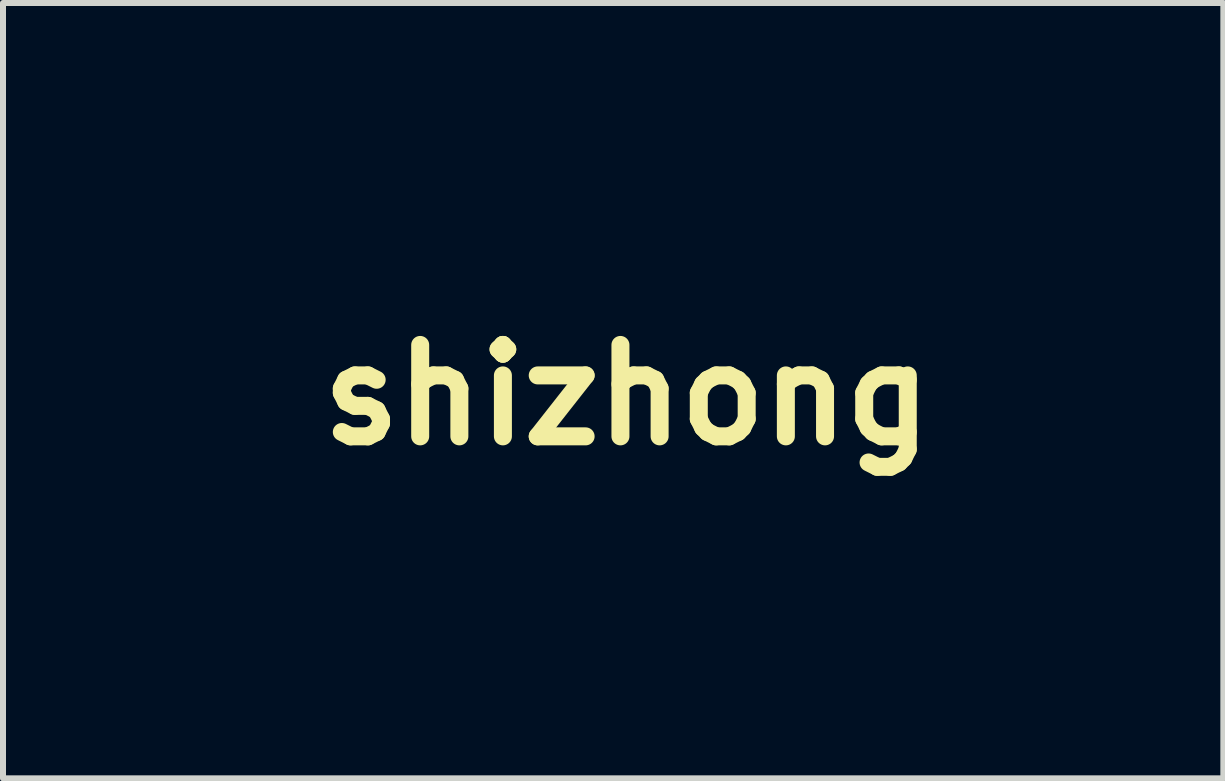
<source format=kicad_pcb>
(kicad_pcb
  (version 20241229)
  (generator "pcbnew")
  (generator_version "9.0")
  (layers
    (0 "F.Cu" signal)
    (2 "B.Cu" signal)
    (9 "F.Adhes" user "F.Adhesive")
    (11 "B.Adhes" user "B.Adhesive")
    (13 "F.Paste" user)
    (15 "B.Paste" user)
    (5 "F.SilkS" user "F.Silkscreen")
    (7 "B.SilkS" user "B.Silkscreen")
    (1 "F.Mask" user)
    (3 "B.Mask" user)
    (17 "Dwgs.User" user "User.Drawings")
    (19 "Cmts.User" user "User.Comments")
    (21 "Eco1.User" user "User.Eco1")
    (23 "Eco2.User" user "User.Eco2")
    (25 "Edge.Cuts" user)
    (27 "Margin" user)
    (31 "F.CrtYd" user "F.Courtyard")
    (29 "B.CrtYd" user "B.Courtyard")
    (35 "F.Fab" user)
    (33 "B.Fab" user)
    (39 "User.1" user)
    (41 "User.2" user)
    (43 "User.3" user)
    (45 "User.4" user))
  (footprint "shizhong"
    (layer "F.Cu")
    (at 7.402 3.535)
    (property "Reference" "shizhong" (at 0 0 0) (layer "F.SilkS") (effects (font (size 1.524 1.524) (thickness 0.3))))
    (attr through_hole)
    (fp_poly (pts (xy 2.371 2.625) (xy 2.342 2.653) (xy 2.314 2.625) (xy 2.342 2.596) (xy 2.371 2.625)) (stroke (width 0.01) (type solid)) (fill no) (layer "Eco1.User"))
    (fp_poly (pts (xy 0.74 0.593) (xy 0.815 0.654) (xy 0.869 0.743) (xy 0.861 0.812) (xy 0.802 0.823) (xy 0.778 0.811) (xy 0.743 0.808) (xy 0.757 0.839) (xy 0.821 0.882) (xy 0.844 0.877) (xy 0.866 0.913) (xy 0.883 1.032) (xy 0.893 1.208) (xy 0.896 1.41) (xy 0.892 1.611) (xy 0.881 1.781) (xy 0.862 1.892) (xy 0.853 1.912) (xy 0.781 1.962) (xy 0.745 1.954) (xy 0.678 1.962) (xy 0.665 1.986) (xy 0.615 2.004) (xy 0.519 1.93) (xy 0.46 1.859) (xy 0.424 1.773) (xy 0.404 1.643) (xy 0.396 1.445) (xy 0.395 1.267) (xy 0.401 1.002) (xy 0.408 0.919) (xy 0.686 0.919) (xy 0.7 0.951) (xy 0.757 1.011) (xy 0.79 0.999) (xy 0.79 0.991) (xy 0.75 0.943) (xy 0.725 0.926) (xy 0.686 0.919) (xy 0.408 0.919) (xy 0.412 0.875) (xy 0.452 0.875) (xy 0.48 0.903) (xy 0.508 0.875) (xy 0.48 0.847) (xy 0.452 0.875) (xy 0.412 0.875) (xy 0.416 0.831) (xy 0.421 0.818) (xy 0.564 0.818) (xy 0.593 0.847) (xy 0.621 0.818) (xy 0.593 0.79) (xy 0.564 0.818) (xy 0.421 0.818) (xy 0.441 0.761) (xy 0.451 0.762) (xy 0.482 0.752) (xy 0.469 0.699) (xy 0.46 0.629) (xy 0.526 0.638) (xy 0.605 0.643) (xy 0.621 0.619) (xy 0.655 0.568) (xy 0.74 0.593)) (stroke (width 0.01) (type solid)) (fill no) (layer "Eco1.User"))
    (fp_poly (pts (xy 2.371 0.612) (xy 2.411 0.65) (xy 2.45 0.643) (xy 2.526 0.658) (xy 2.57 0.743) (xy 2.571 0.857) (xy 2.531 0.945) (xy 2.486 1.008) (xy 2.519 0.999) (xy 2.528 0.994) (xy 2.565 1.017) (xy 2.586 1.123) (xy 2.592 1.281) (xy 2.584 1.462) (xy 2.563 1.637) (xy 2.53 1.776) (xy 2.495 1.843) (xy 2.361 1.914) (xy 2.228 1.881) (xy 2.158 1.807) (xy 2.124 1.694) (xy 2.102 1.506) (xy 2.101 1.484) (xy 2.38 1.484) (xy 2.393 1.515) (xy 2.45 1.576) (xy 2.483 1.563) (xy 2.484 1.556) (xy 2.443 1.508) (xy 2.418 1.49) (xy 2.38 1.484) (xy 2.101 1.484) (xy 2.091 1.278) (xy 2.092 1.044) (xy 2.1 0.931) (xy 2.314 0.931) (xy 2.342 0.96) (xy 2.371 0.931) (xy 2.342 0.903) (xy 2.314 0.931) (xy 2.1 0.931) (xy 2.104 0.865) (xy 2.164 0.865) (xy 2.171 0.899) (xy 2.201 0.903) (xy 2.248 0.882) (xy 2.239 0.865) (xy 2.172 0.859) (xy 2.164 0.865) (xy 2.104 0.865) (xy 2.106 0.841) (xy 2.122 0.762) (xy 2.145 0.762) (xy 2.173 0.79) (xy 2.201 0.762) (xy 2.173 0.734) (xy 2.145 0.762) (xy 2.122 0.762) (xy 2.133 0.702) (xy 2.145 0.677) (xy 2.19 0.629) (xy 2.2 0.642) (xy 2.236 0.653) (xy 2.286 0.621) (xy 2.357 0.584) (xy 2.371 0.612)) (stroke (width 0.01) (type solid)) (fill no) (layer "Eco1.User"))
    (fp_poly (pts (xy -4.388 1.206) (xy -4.374 1.242) (xy -4.365 1.274) (xy -4.327 1.266) (xy -4.235 1.283) (xy -4.164 1.351) (xy -4.09 1.425) (xy -4.045 1.43) (xy -4.012 1.439) (xy -4.008 1.473) (xy -3.966 1.562) (xy -3.868 1.659) (xy -3.779 1.746) (xy -3.757 1.812) (xy -3.758 1.813) (xy -3.747 1.86) (xy -3.73 1.863) (xy -3.661 1.91) (xy -3.59 2.023) (xy -3.539 2.156) (xy -3.528 2.264) (xy -3.531 2.275) (xy -3.616 2.378) (xy -3.746 2.434) (xy -3.872 2.427) (xy -3.914 2.399) (xy -3.991 2.346) (xy -4.022 2.348) (xy -4.068 2.321) (xy -4.156 2.23) (xy -3.951 2.23) (xy -3.923 2.258) (xy -3.895 2.23) (xy -3.923 2.201) (xy -3.951 2.23) (xy -4.156 2.23) (xy -4.16 2.225) (xy -4.203 2.173) (xy -4.12 2.173) (xy -4.092 2.201) (xy -4.064 2.173) (xy -4.092 2.145) (xy -4.12 2.173) (xy -4.203 2.173) (xy -4.249 2.117) (xy -3.669 2.117) (xy -3.641 2.145) (xy -3.612 2.117) (xy -3.641 2.088) (xy -3.669 2.117) (xy -4.249 2.117) (xy -4.28 2.079) (xy -4.282 2.077) (xy -4.407 1.92) (xy -4.286 1.92) (xy -4.272 1.949) (xy -4.241 1.99) (xy -4.158 2.077) (xy -4.121 2.077) (xy -4.12 2.067) (xy -4.126 2.06) (xy -4.064 2.06) (xy -4.036 2.088) (xy -4.008 2.06) (xy -4.036 2.032) (xy -4.064 2.06) (xy -4.126 2.06) (xy -4.159 2.02) (xy -4.178 2.004) (xy -3.725 2.004) (xy -3.697 2.032) (xy -3.669 2.004) (xy -3.697 1.976) (xy -3.725 2.004) (xy -4.178 2.004) (xy -4.219 1.968) (xy -4.286 1.92) (xy -4.407 1.92) (xy -4.42 1.903) (xy -4.512 1.794) (xy -3.978 1.794) (xy -3.974 1.816) (xy -3.927 1.862) (xy -3.923 1.863) (xy -3.878 1.824) (xy -3.872 1.816) (xy -3.889 1.774) (xy -3.923 1.769) (xy -3.978 1.794) (xy -4.512 1.794) (xy -4.549 1.75) (xy -4.627 1.663) (xy -4.703 1.553) (xy -4.704 1.552) (xy -4.572 1.552) (xy -4.544 1.58) (xy -4.516 1.552) (xy -4.544 1.524) (xy -4.572 1.552) (xy -4.704 1.552) (xy -4.74 1.436) (xy -4.736 1.383) (xy -4.403 1.383) (xy -4.374 1.411) (xy -4.346 1.383) (xy -4.374 1.355) (xy -4.403 1.383) (xy -4.736 1.383) (xy -4.733 1.344) (xy -4.681 1.312) (xy -4.66 1.318) (xy -4.601 1.315) (xy -4.604 1.28) (xy -4.578 1.222) (xy -4.486 1.198) (xy -4.388 1.206)) (stroke (width 0.01) (type solid)) (fill no) (layer "Eco1.User"))
    (fp_poly (pts (xy -5.739 -2.924) (xy -5.645 -2.904) (xy -5.579 -2.869) (xy -5.52 -2.816) (xy -5.51 -2.806) (xy -5.459 -2.747) (xy -5.417 -2.675) (xy -5.383 -2.579) (xy -5.356 -2.449) (xy -5.337 -2.275) (xy -5.323 -2.046) (xy -5.314 -1.751) (xy -5.311 -1.381) (xy -5.311 -0.924) (xy -5.314 -0.371) (xy -5.317 -0.018) (xy -5.321 0.565) (xy -5.326 1.045) (xy -5.335 1.433) (xy -5.353 1.737) (xy -5.385 1.97) (xy -5.433 2.139) (xy -5.503 2.256) (xy -5.598 2.331) (xy -5.723 2.373) (xy -5.882 2.393) (xy -6.079 2.4) (xy -6.318 2.405) (xy -6.323 2.405) (xy -6.619 2.407) (xy -6.831 2.392) (xy -6.988 2.355) (xy -7.057 2.327) (xy -7.204 2.243) (xy -7.293 2.173) (xy -5.588 2.173) (xy -5.56 2.201) (xy -5.532 2.173) (xy -5.56 2.145) (xy -5.588 2.173) (xy -7.293 2.173) (xy -7.312 2.158) (xy -7.322 2.147) (xy -7.338 2.074) (xy -7.339 2.06) (xy -7.281 2.06) (xy -7.253 2.088) (xy -7.249 2.085) (xy -5.518 2.085) (xy -5.51 2.088) (xy -5.458 2.049) (xy -5.447 2.032) (xy -5.433 1.979) (xy -5.44 1.976) (xy -5.492 2.015) (xy -5.503 2.032) (xy -5.518 2.085) (xy -7.249 2.085) (xy -7.225 2.06) (xy -7.253 2.032) (xy -7.281 2.06) (xy -7.339 2.06) (xy -7.348 1.947) (xy -7.225 1.947) (xy -7.197 1.976) (xy -7.184 1.963) (xy -5.671 1.963) (xy -5.667 1.985) (xy -5.621 2.031) (xy -5.616 2.032) (xy -5.571 1.993) (xy -5.566 1.985) (xy -5.582 1.943) (xy -5.616 1.938) (xy -5.671 1.963) (xy -7.184 1.963) (xy -7.168 1.947) (xy -7.197 1.919) (xy -7.225 1.947) (xy -7.348 1.947) (xy -7.352 1.906) (xy -7.352 1.891) (xy -5.927 1.891) (xy -5.898 1.919) (xy -5.87 1.891) (xy -5.898 1.863) (xy -5.927 1.891) (xy -7.352 1.891) (xy -7.355 1.847) (xy -6.858 1.847) (xy -6.435 1.833) (xy -6.215 1.824) (xy -6.031 1.814) (xy -5.919 1.804) (xy -5.913 1.803) (xy -5.85 1.768) (xy -5.869 1.723) (xy -5.887 1.647) (xy -5.902 1.479) (xy -5.913 1.239) (xy -5.918 0.95) (xy -5.918 0.768) (xy -5.913 -0.123) (xy -6.372 -0.132) (xy -6.583 -0.133) (xy -6.743 -0.128) (xy -6.825 -0.117) (xy -6.831 -0.113) (xy -6.832 -0.05) (xy -6.834 0.107) (xy -6.837 0.339) (xy -6.841 0.627) (xy -6.845 0.881) (xy -6.858 1.847) (xy -7.355 1.847) (xy -7.358 1.778) (xy -6.999 1.778) (xy -6.971 1.806) (xy -6.943 1.778) (xy -6.971 1.75) (xy -6.999 1.778) (xy -7.358 1.778) (xy -7.364 1.665) (xy -7.056 1.665) (xy -7.027 1.693) (xy -6.999 1.665) (xy -7.027 1.637) (xy -7.056 1.665) (xy -7.364 1.665) (xy -7.364 1.657) (xy -7.374 1.341) (xy -7.383 0.972) (xy -7.389 0.565) (xy -7.394 0.132) (xy -7.395 -0.085) (xy -7.056 -0.085) (xy -7.027 -0.056) (xy -6.999 -0.085) (xy -7.027 -0.113) (xy -7.056 -0.085) (xy -7.395 -0.085) (xy -7.395 -0.141) (xy -6.943 -0.141) (xy -6.914 -0.113) (xy -6.886 -0.141) (xy -6.914 -0.169) (xy -6.943 -0.141) (xy -7.395 -0.141) (xy -7.396 -0.254) (xy -6.886 -0.254) (xy -6.858 -0.226) (xy -6.83 -0.254) (xy -6.858 -0.282) (xy -6.886 -0.254) (xy -7.396 -0.254) (xy -7.396 -0.311) (xy -7.396 -0.536) (xy -6.886 -0.536) (xy -6.858 -0.508) (xy -6.83 -0.536) (xy -6.773 -0.536) (xy -6.745 -0.508) (xy -6.717 -0.536) (xy -6.745 -0.564) (xy -5.927 -0.564) (xy -5.906 -0.518) (xy -5.889 -0.527) (xy -5.882 -0.594) (xy -5.889 -0.602) (xy -5.923 -0.594) (xy -5.927 -0.564) (xy -6.745 -0.564) (xy -6.773 -0.536) (xy -6.83 -0.536) (xy -6.858 -0.564) (xy -6.886 -0.536) (xy -7.396 -0.536) (xy -7.397 -0.706) (xy -6.943 -0.706) (xy -6.914 -0.677) (xy -6.886 -0.706) (xy -6.914 -0.734) (xy -6.943 -0.706) (xy -7.397 -0.706) (xy -7.397 -0.751) (xy -7.395 -1.174) (xy -7.391 -1.565) (xy -7.39 -1.592) (xy -6.845 -1.592) (xy -6.842 -1.428) (xy -6.827 -0.682) (xy -6.447 -0.663) (xy -6.246 -0.655) (xy -6.089 -0.65) (xy -6.011 -0.651) (xy -5.987 -0.708) (xy -5.966 -0.862) (xy -5.949 -1.097) (xy -5.939 -1.384) (xy -5.926 -1.715) (xy -5.906 -1.972) (xy -5.878 -2.141) (xy -5.856 -2.198) (xy -5.822 -2.252) (xy -5.837 -2.246) (xy -5.904 -2.253) (xy -5.976 -2.314) (xy -6.111 -2.393) (xy -6.147 -2.399) (xy -5.927 -2.399) (xy -5.898 -2.371) (xy -5.87 -2.399) (xy -5.898 -2.427) (xy -5.927 -2.399) (xy -6.147 -2.399) (xy -6.344 -2.433) (xy -6.665 -2.432) (xy -6.739 -2.403) (xy -6.792 -2.317) (xy -6.826 -2.162) (xy -6.843 -1.924) (xy -6.845 -1.592) (xy -7.39 -1.592) (xy -7.384 -1.912) (xy -7.376 -2.199) (xy -7.374 -2.23) (xy -7.168 -2.23) (xy -7.14 -2.201) (xy -7.112 -2.23) (xy -7.14 -2.258) (xy -7.168 -2.23) (xy -7.374 -2.23) (xy -7.365 -2.413) (xy -7.36 -2.455) (xy -7.281 -2.455) (xy -7.253 -2.427) (xy -7.225 -2.455) (xy -7.253 -2.484) (xy -7.281 -2.455) (xy -7.36 -2.455) (xy -7.354 -2.512) (xy -6.435 -2.512) (xy -6.406 -2.484) (xy -6.378 -2.512) (xy -6.385 -2.518) (xy -6.16 -2.518) (xy -6.096 -2.508) (xy -6.024 -2.526) (xy -6.04 -2.563) (xy -6.12 -2.586) (xy -6.152 -2.563) (xy -6.16 -2.518) (xy -6.385 -2.518) (xy -6.406 -2.54) (xy -6.435 -2.512) (xy -7.354 -2.512) (xy -7.351 -2.54) (xy -7.339 -2.568) (xy -6.773 -2.568) (xy -6.745 -2.54) (xy -6.717 -2.568) (xy -6.745 -2.596) (xy -6.773 -2.568) (xy -7.339 -2.568) (xy -7.338 -2.569) (xy -7.306 -2.578) (xy -7.316 -2.62) (xy -7.309 -2.681) (xy -7.168 -2.681) (xy -7.14 -2.653) (xy -7.112 -2.681) (xy -7.121 -2.691) (xy -6.811 -2.691) (xy -6.803 -2.657) (xy -6.773 -2.653) (xy -6.727 -2.674) (xy -6.736 -2.691) (xy -6.803 -2.697) (xy -6.811 -2.691) (xy -7.121 -2.691) (xy -7.14 -2.709) (xy -7.168 -2.681) (xy -7.309 -2.681) (xy -7.305 -2.722) (xy -7.257 -2.794) (xy -7.056 -2.794) (xy -7.027 -2.766) (xy -6.999 -2.794) (xy -6.83 -2.794) (xy -6.802 -2.766) (xy -6.773 -2.794) (xy -5.87 -2.794) (xy -5.842 -2.766) (xy -5.814 -2.794) (xy -5.842 -2.822) (xy -5.87 -2.794) (xy -6.773 -2.794) (xy -6.802 -2.822) (xy -6.83 -2.794) (xy -6.999 -2.794) (xy -7.027 -2.822) (xy -7.056 -2.794) (xy -7.257 -2.794) (xy -7.249 -2.807) (xy -7.19 -2.849) (xy -7.149 -2.862) (xy -5.692 -2.862) (xy -5.678 -2.831) (xy -5.621 -2.77) (xy -5.589 -2.783) (xy -5.588 -2.791) (xy -5.628 -2.838) (xy -5.653 -2.856) (xy -5.692 -2.862) (xy -7.149 -2.862) (xy -7.098 -2.879) (xy -6.954 -2.9) (xy -6.738 -2.914) (xy -6.431 -2.925) (xy -6.398 -2.926) (xy -6.094 -2.932) (xy -5.881 -2.933) (xy -5.739 -2.924)) (stroke (width 0.01) (type solid)) (fill no) (layer "Eco1.User"))
    (fp_poly (pts (xy 4.838 -3.493) (xy 4.973 -3.44) (xy 5.045 -3.376) (xy 5.073 -3.264) (xy 5.072 -3.129) (xy 5.075 -2.964) (xy 5.099 -2.847) (xy 5.113 -2.823) (xy 5.187 -2.802) (xy 5.351 -2.782) (xy 5.581 -2.765) (xy 5.855 -2.755) (xy 5.899 -2.753) (xy 6.198 -2.746) (xy 6.403 -2.738) (xy 6.53 -2.724) (xy 6.6 -2.701) (xy 6.63 -2.667) (xy 6.638 -2.616) (xy 6.639 -2.606) (xy 6.615 -2.492) (xy 6.569 -2.445) (xy 6.517 -2.391) (xy 6.523 -2.365) (xy 6.514 -2.323) (xy 6.439 -2.316) (xy 6.341 -2.341) (xy 6.268 -2.385) (xy 6.219 -2.421) (xy 6.23 -2.389) (xy 6.215 -2.33) (xy 6.139 -2.304) (xy 6.059 -2.272) (xy 5.999 -2.186) (xy 5.942 -2.021) (xy 5.925 -1.959) (xy 5.874 -1.792) (xy 5.829 -1.688) (xy 5.802 -1.667) (xy 5.777 -1.656) (xy 5.779 -1.615) (xy 5.819 -1.51) (xy 5.84 -1.483) (xy 5.862 -1.48) (xy 5.848 -1.51) (xy 5.854 -1.546) (xy 5.932 -1.568) (xy 6.096 -1.578) (xy 6.279 -1.58) (xy 6.579 -1.57) (xy 6.78 -1.534) (xy 6.895 -1.467) (xy 6.937 -1.364) (xy 6.934 -1.295) (xy 6.914 -1.157) (xy 4.85 -1.142) (xy 4.378 -1.14) (xy 3.942 -1.14) (xy 3.555 -1.142) (xy 3.229 -1.145) (xy 2.977 -1.15) (xy 2.812 -1.157) (xy 2.748 -1.166) (xy 2.748 -1.166) (xy 2.73 -1.214) (xy 6.83 -1.214) (xy 6.858 -1.185) (xy 6.886 -1.214) (xy 6.858 -1.242) (xy 6.83 -1.214) (xy 2.73 -1.214) (xy 2.709 -1.27) (xy 4.403 -1.27) (xy 4.431 -1.242) (xy 4.459 -1.27) (xy 5.306 -1.27) (xy 5.334 -1.242) (xy 5.362 -1.27) (xy 5.814 -1.27) (xy 5.842 -1.242) (xy 5.87 -1.27) (xy 5.842 -1.298) (xy 5.814 -1.27) (xy 5.362 -1.27) (xy 5.334 -1.298) (xy 5.306 -1.27) (xy 4.459 -1.27) (xy 4.431 -1.298) (xy 4.403 -1.27) (xy 2.709 -1.27) (xy 2.707 -1.275) (xy 2.717 -1.326) (xy 3.838 -1.326) (xy 3.866 -1.298) (xy 3.895 -1.326) (xy 4.516 -1.326) (xy 4.544 -1.298) (xy 4.572 -1.326) (xy 5.08 -1.326) (xy 5.108 -1.298) (xy 5.136 -1.326) (xy 5.108 -1.355) (xy 5.08 -1.326) (xy 4.572 -1.326) (xy 4.544 -1.355) (xy 4.516 -1.326) (xy 3.895 -1.326) (xy 3.866 -1.355) (xy 3.838 -1.326) (xy 2.717 -1.326) (xy 2.727 -1.383) (xy 4.233 -1.383) (xy 4.262 -1.355) (xy 4.29 -1.383) (xy 4.262 -1.411) (xy 4.233 -1.383) (xy 2.727 -1.383) (xy 2.732 -1.41) (xy 2.753 -1.439) (xy 3.725 -1.439) (xy 3.754 -1.411) (xy 3.757 -1.415) (xy 4.134 -1.415) (xy 4.142 -1.411) (xy 4.194 -1.451) (xy 4.194 -1.451) (xy 5.202 -1.451) (xy 5.216 -1.42) (xy 5.273 -1.359) (xy 5.305 -1.372) (xy 5.306 -1.38) (xy 5.303 -1.383) (xy 5.362 -1.383) (xy 5.39 -1.355) (xy 5.419 -1.383) (xy 5.588 -1.383) (xy 5.616 -1.355) (xy 5.644 -1.383) (xy 5.616 -1.411) (xy 5.588 -1.383) (xy 5.419 -1.383) (xy 5.39 -1.411) (xy 5.362 -1.383) (xy 5.303 -1.383) (xy 5.266 -1.427) (xy 5.241 -1.445) (xy 5.202 -1.451) (xy 5.71 -1.451) (xy 5.724 -1.42) (xy 5.781 -1.359) (xy 5.813 -1.372) (xy 5.814 -1.38) (xy 5.811 -1.383) (xy 5.87 -1.383) (xy 5.898 -1.355) (xy 5.927 -1.383) (xy 5.898 -1.411) (xy 5.87 -1.383) (xy 5.811 -1.383) (xy 5.774 -1.427) (xy 5.749 -1.445) (xy 5.71 -1.451) (xy 5.202 -1.451) (xy 4.194 -1.451) (xy 4.205 -1.468) (xy 4.219 -1.52) (xy 4.212 -1.524) (xy 4.16 -1.484) (xy 4.149 -1.468) (xy 4.134 -1.415) (xy 3.757 -1.415) (xy 3.782 -1.439) (xy 3.754 -1.468) (xy 3.725 -1.439) (xy 2.753 -1.439) (xy 2.808 -1.515) (xy 2.825 -1.526) (xy 2.938 -1.555) (xy 3.124 -1.573) (xy 3.343 -1.575) (xy 3.348 -1.575) (xy 3.547 -1.575) (xy 3.683 -1.587) (xy 3.733 -1.611) (xy 3.732 -1.613) (xy 3.698 -1.717) (xy 3.697 -1.722) (xy 3.674 -1.809) (xy 3.634 -1.955) (xy 3.622 -1.999) (xy 3.59 -2.149) (xy 3.587 -2.203) (xy 4.128 -2.203) (xy 4.136 -2.085) (xy 4.174 -1.903) (xy 4.182 -1.865) (xy 4.236 -1.678) (xy 4.299 -1.589) (xy 4.337 -1.578) (xy 4.437 -1.576) (xy 4.614 -1.573) (xy 4.833 -1.57) (xy 4.868 -1.569) (xy 5.074 -1.561) (xy 5.228 -1.544) (xy 5.303 -1.521) (xy 5.306 -1.516) (xy 5.326 -1.468) (xy 5.328 -1.468) (xy 5.345 -1.516) (xy 5.349 -1.595) (xy 5.351 -1.609) (xy 5.644 -1.609) (xy 5.673 -1.58) (xy 5.701 -1.609) (xy 5.673 -1.637) (xy 5.644 -1.609) (xy 5.351 -1.609) (xy 5.363 -1.753) (xy 5.385 -1.863) (xy 5.414 -2.004) (xy 5.701 -2.004) (xy 5.729 -1.976) (xy 5.757 -2.004) (xy 5.729 -2.032) (xy 5.701 -2.004) (xy 5.414 -2.004) (xy 5.416 -2.015) (xy 5.431 -2.117) (xy 5.588 -2.117) (xy 5.616 -2.088) (xy 5.644 -2.117) (xy 5.616 -2.145) (xy 5.588 -2.117) (xy 5.431 -2.117) (xy 5.443 -2.202) (xy 5.445 -2.224) (xy 5.453 -2.36) (xy 5.445 -2.374) (xy 5.997 -2.374) (xy 6.005 -2.371) (xy 6.056 -2.41) (xy 6.068 -2.427) (xy 6.082 -2.48) (xy 6.074 -2.484) (xy 6.023 -2.444) (xy 6.011 -2.427) (xy 5.997 -2.374) (xy 5.445 -2.374) (xy 5.433 -2.398) (xy 5.404 -2.379) (xy 5.314 -2.347) (xy 5.123 -2.325) (xy 4.844 -2.315) (xy 4.73 -2.314) (xy 4.452 -2.314) (xy 4.269 -2.305) (xy 4.167 -2.272) (xy 4.128 -2.203) (xy 3.587 -2.203) (xy 3.585 -2.252) (xy 3.59 -2.267) (xy 3.561 -2.303) (xy 3.424 -2.324) (xy 3.2 -2.329) (xy 3.126 -2.359) (xy 3.131 -2.414) (xy 3.14 -2.455) (xy 4.233 -2.455) (xy 4.262 -2.427) (xy 4.29 -2.455) (xy 4.262 -2.484) (xy 4.233 -2.455) (xy 3.14 -2.455) (xy 3.144 -2.469) (xy 3.098 -2.445) (xy 3.067 -2.421) (xy 2.998 -2.372) (xy 2.995 -2.405) (xy 3.006 -2.438) (xy 3.01 -2.512) (xy 3.217 -2.512) (xy 3.246 -2.484) (xy 3.274 -2.512) (xy 5.927 -2.512) (xy 5.955 -2.484) (xy 5.983 -2.512) (xy 6.265 -2.512) (xy 6.294 -2.484) (xy 6.322 -2.512) (xy 6.294 -2.54) (xy 6.265 -2.512) (xy 5.983 -2.512) (xy 5.955 -2.54) (xy 5.927 -2.512) (xy 3.274 -2.512) (xy 3.246 -2.54) (xy 3.217 -2.512) (xy 3.01 -2.512) (xy 3.011 -2.526) (xy 2.986 -2.551) (xy 2.981 -2.568) (xy 5.362 -2.568) (xy 5.39 -2.54) (xy 5.419 -2.568) (xy 6.435 -2.568) (xy 6.463 -2.54) (xy 6.491 -2.568) (xy 6.463 -2.596) (xy 6.435 -2.568) (xy 5.419 -2.568) (xy 5.39 -2.596) (xy 5.362 -2.568) (xy 2.981 -2.568) (xy 2.97 -2.603) (xy 2.981 -2.625) (xy 3.048 -2.625) (xy 3.076 -2.596) (xy 3.104 -2.625) (xy 5.024 -2.625) (xy 5.052 -2.596) (xy 5.08 -2.625) (xy 5.052 -2.653) (xy 5.024 -2.625) (xy 3.104 -2.625) (xy 3.076 -2.653) (xy 3.048 -2.625) (xy 2.981 -2.625) (xy 3.004 -2.666) (xy 3.021 -2.681) (xy 4.233 -2.681) (xy 4.262 -2.653) (xy 4.29 -2.681) (xy 4.403 -2.681) (xy 4.431 -2.653) (xy 4.459 -2.681) (xy 5.306 -2.681) (xy 5.334 -2.653) (xy 5.362 -2.681) (xy 6.435 -2.681) (xy 6.463 -2.653) (xy 6.491 -2.681) (xy 6.463 -2.709) (xy 6.435 -2.681) (xy 5.362 -2.681) (xy 5.334 -2.709) (xy 5.306 -2.681) (xy 4.459 -2.681) (xy 4.431 -2.709) (xy 4.403 -2.681) (xy 4.29 -2.681) (xy 4.262 -2.709) (xy 4.233 -2.681) (xy 3.021 -2.681) (xy 3.049 -2.706) (xy 3.128 -2.734) (xy 3.259 -2.752) (xy 3.461 -2.763) (xy 3.752 -2.769) (xy 3.826 -2.77) (xy 4.146 -2.776) (xy 4.364 -2.787) (xy 4.489 -2.805) (xy 4.533 -2.829) (xy 4.529 -2.842) (xy 4.488 -2.943) (xy 4.468 -3.077) (xy 4.471 -3.201) (xy 4.499 -3.27) (xy 4.511 -3.274) (xy 4.565 -3.304) (xy 4.565 -3.316) (xy 4.587 -3.438) (xy 4.686 -3.5) (xy 4.838 -3.493)) (stroke (width 0.01) (type solid)) (fill no) (layer "Eco1.User"))
    (fp_poly (pts (xy 4.87 -0.732) (xy 5.199 -0.727) (xy 5.511 -0.719) (xy 5.787 -0.708) (xy 6.009 -0.693) (xy 6.158 -0.676) (xy 6.186 -0.67) (xy 6.378 -0.597) (xy 6.497 -0.499) (xy 6.505 -0.487) (xy 6.533 -0.38) (xy 6.557 -0.192) (xy 6.575 0.05) (xy 6.586 0.313) (xy 6.588 0.568) (xy 6.58 0.784) (xy 6.565 0.916) (xy 6.503 1.071) (xy 6.409 1.206) (xy 6.343 1.267) (xy 6.266 1.307) (xy 6.152 1.331) (xy 5.976 1.343) (xy 5.714 1.35) (xy 5.7 1.35) (xy 5.453 1.357) (xy 5.248 1.367) (xy 5.113 1.379) (xy 5.072 1.388) (xy 5.046 1.456) (xy 5.039 1.591) (xy 5.04 1.618) (xy 5.052 1.821) (xy 5.811 1.816) (xy 6.14 1.819) (xy 6.399 1.83) (xy 6.573 1.849) (xy 6.643 1.872) (xy 6.687 1.947) (xy 6.665 2.004) (xy 6.593 1.997) (xy 6.591 1.996) (xy 6.557 1.993) (xy 6.571 2.024) (xy 6.639 2.065) (xy 6.664 2.058) (xy 6.709 2.073) (xy 6.717 2.117) (xy 6.69 2.178) (xy 6.66 2.173) (xy 6.608 2.178) (xy 6.604 2.198) (xy 6.574 2.251) (xy 6.562 2.251) (xy 6.492 2.249) (xy 6.332 2.248) (xy 6.104 2.249) (xy 5.83 2.251) (xy 5.768 2.251) (xy 5.017 2.258) (xy 5.034 2.49) (xy 5.052 2.722) (xy 5.85 2.713) (xy 6.223 2.71) (xy 6.498 2.714) (xy 6.691 2.728) (xy 6.815 2.756) (xy 6.887 2.8) (xy 6.921 2.865) (xy 6.931 2.953) (xy 6.932 2.961) (xy 6.92 3.1) (xy 6.857 3.167) (xy 6.814 3.182) (xy 6.721 3.193) (xy 6.537 3.201) (xy 6.277 3.208) (xy 5.956 3.212) (xy 5.589 3.215) (xy 5.191 3.217) (xy 4.777 3.216) (xy 4.362 3.215) (xy 3.961 3.211) (xy 3.589 3.206) (xy 3.261 3.2) (xy 2.992 3.192) (xy 2.797 3.183) (xy 2.692 3.173) (xy 2.677 3.167) (xy 2.662 3.107) (xy 2.624 3.084) (xy 2.565 3.02) (xy 2.596 3.02) (xy 2.625 3.048) (xy 2.653 3.02) (xy 2.709 3.02) (xy 2.738 3.048) (xy 2.766 3.02) (xy 2.738 2.992) (xy 2.709 3.02) (xy 2.653 3.02) (xy 2.625 2.992) (xy 2.596 3.02) (xy 2.565 3.02) (xy 2.553 3.007) (xy 2.54 2.944) (xy 2.545 2.907) (xy 2.653 2.907) (xy 2.681 2.935) (xy 2.709 2.907) (xy 2.681 2.879) (xy 2.653 2.907) (xy 2.545 2.907) (xy 2.55 2.859) (xy 2.592 2.797) (xy 2.597 2.794) (xy 4.177 2.794) (xy 4.205 2.822) (xy 4.233 2.794) (xy 5.362 2.794) (xy 5.39 2.822) (xy 5.419 2.794) (xy 5.39 2.766) (xy 5.362 2.794) (xy 4.233 2.794) (xy 4.205 2.766) (xy 4.177 2.794) (xy 2.597 2.794) (xy 2.678 2.754) (xy 2.823 2.727) (xy 3.042 2.715) (xy 3.35 2.712) (xy 3.623 2.715) (xy 4.544 2.727) (xy 4.561 2.493) (xy 4.578 2.258) (xy 3.809 2.258) (xy 3.474 2.255) (xy 3.235 2.244) (xy 3.074 2.221) (xy 2.974 2.181) (xy 2.967 2.173) (xy 4.516 2.173) (xy 4.544 2.201) (xy 4.572 2.173) (xy 5.024 2.173) (xy 5.052 2.201) (xy 5.08 2.173) (xy 5.052 2.145) (xy 5.024 2.173) (xy 4.572 2.173) (xy 4.544 2.145) (xy 4.516 2.173) (xy 2.967 2.173) (xy 2.919 2.121) (xy 2.898 2.06) (xy 2.992 2.06) (xy 3.02 2.088) (xy 3.048 2.06) (xy 4.29 2.06) (xy 4.318 2.088) (xy 4.346 2.06) (xy 5.08 2.06) (xy 5.108 2.088) (xy 5.136 2.06) (xy 5.249 2.06) (xy 5.278 2.088) (xy 5.306 2.06) (xy 5.278 2.032) (xy 5.249 2.06) (xy 5.136 2.06) (xy 5.108 2.032) (xy 5.08 2.06) (xy 4.346 2.06) (xy 4.318 2.032) (xy 4.29 2.06) (xy 3.048 2.06) (xy 3.02 2.032) (xy 2.992 2.06) (xy 2.898 2.06) (xy 2.891 2.039) (xy 2.887 1.953) (xy 2.911 1.919) (xy 2.992 1.919) (xy 3.012 1.966) (xy 3.029 1.957) (xy 3.03 1.947) (xy 3.161 1.947) (xy 3.189 1.976) (xy 3.217 1.947) (xy 4.233 1.947) (xy 4.262 1.976) (xy 4.265 1.972) (xy 5.32 1.972) (xy 5.327 1.976) (xy 5.379 1.936) (xy 5.39 1.919) (xy 5.405 1.866) (xy 5.397 1.863) (xy 5.346 1.902) (xy 5.334 1.919) (xy 5.32 1.972) (xy 4.265 1.972) (xy 4.29 1.947) (xy 4.262 1.919) (xy 4.233 1.947) (xy 3.217 1.947) (xy 3.189 1.919) (xy 3.161 1.947) (xy 3.03 1.947) (xy 3.036 1.89) (xy 3.029 1.881) (xy 2.996 1.889) (xy 2.992 1.919) (xy 2.911 1.919) (xy 2.929 1.892) (xy 3.029 1.851) (xy 3.202 1.827) (xy 3.462 1.817) (xy 3.773 1.816) (xy 4.544 1.821) (xy 4.544 1.383) (xy 3.978 1.367) (xy 3.709 1.356) (xy 3.525 1.339) (xy 3.399 1.309) (xy 3.322 1.27) (xy 3.612 1.27) (xy 3.641 1.298) (xy 3.669 1.27) (xy 4.233 1.27) (xy 4.262 1.298) (xy 4.29 1.27) (xy 4.516 1.27) (xy 4.544 1.298) (xy 4.572 1.27) (xy 6.04 1.27) (xy 6.068 1.298) (xy 6.096 1.27) (xy 6.068 1.242) (xy 6.04 1.27) (xy 4.572 1.27) (xy 4.544 1.242) (xy 4.516 1.27) (xy 4.29 1.27) (xy 4.262 1.242) (xy 4.233 1.27) (xy 3.669 1.27) (xy 3.641 1.242) (xy 3.612 1.27) (xy 3.322 1.27) (xy 3.303 1.26) (xy 3.248 1.22) (xy 3.241 1.214) (xy 6.322 1.214) (xy 6.35 1.242) (xy 6.378 1.214) (xy 6.35 1.185) (xy 6.322 1.214) (xy 3.241 1.214) (xy 3.177 1.157) (xy 4.459 1.157) (xy 4.487 1.185) (xy 4.516 1.157) (xy 4.487 1.129) (xy 4.459 1.157) (xy 3.177 1.157) (xy 3.169 1.151) (xy 3.136 1.101) (xy 3.217 1.101) (xy 3.246 1.129) (xy 3.274 1.101) (xy 3.246 1.072) (xy 3.217 1.101) (xy 3.136 1.101) (xy 3.119 1.076) (xy 3.11 1.044) (xy 5.306 1.044) (xy 5.334 1.072) (xy 5.362 1.044) (xy 5.983 1.044) (xy 6.011 1.072) (xy 6.04 1.044) (xy 6.152 1.044) (xy 6.181 1.072) (xy 6.209 1.044) (xy 6.181 1.016) (xy 6.152 1.044) (xy 6.04 1.044) (xy 6.011 1.016) (xy 5.983 1.044) (xy 5.362 1.044) (xy 5.334 1.016) (xy 5.306 1.044) (xy 3.11 1.044) (xy 3.089 0.969) (xy 3.085 0.931) (xy 3.5 0.931) (xy 3.528 0.96) (xy 3.556 0.931) (xy 3.528 0.903) (xy 3.5 0.931) (xy 3.085 0.931) (xy 3.079 0.875) (xy 3.387 0.875) (xy 3.415 0.903) (xy 3.443 0.875) (xy 3.415 0.847) (xy 3.387 0.875) (xy 3.079 0.875) (xy 3.072 0.802) (xy 3.069 0.762) (xy 3.274 0.762) (xy 3.302 0.79) (xy 3.33 0.762) (xy 3.302 0.734) (xy 3.274 0.762) (xy 3.069 0.762) (xy 3.066 0.706) (xy 3.104 0.706) (xy 3.133 0.734) (xy 3.161 0.706) (xy 3.133 0.677) (xy 3.104 0.706) (xy 3.066 0.706) (xy 3.063 0.649) (xy 3.387 0.649) (xy 3.415 0.677) (xy 3.443 0.649) (xy 3.415 0.621) (xy 3.387 0.649) (xy 3.063 0.649) (xy 3.061 0.617) (xy 3.542 0.617) (xy 3.547 0.706) (xy 3.596 0.833) (xy 3.708 0.911) (xy 3.899 0.947) (xy 4.148 0.948) (xy 4.544 0.931) (xy 4.561 0.724) (xy 4.578 0.516) (xy 4.353 0.508) (xy 5.024 0.508) (xy 5.024 0.696) (xy 5.035 0.837) (xy 5.062 0.923) (xy 5.065 0.925) (xy 5.136 0.942) (xy 5.292 0.953) (xy 5.503 0.954) (xy 5.595 0.952) (xy 5.837 0.942) (xy 5.925 0.931) (xy 6.265 0.931) (xy 6.294 0.96) (xy 6.322 0.931) (xy 6.294 0.903) (xy 6.265 0.931) (xy 5.925 0.931) (xy 5.983 0.924) (xy 6.049 0.897) (xy 6.055 0.862) (xy 6.062 0.818) (xy 6.152 0.818) (xy 6.181 0.847) (xy 6.209 0.818) (xy 6.181 0.79) (xy 6.152 0.818) (xy 6.062 0.818) (xy 6.071 0.771) (xy 6.131 0.699) (xy 6.184 0.649) (xy 6.265 0.649) (xy 6.294 0.677) (xy 6.322 0.649) (xy 6.294 0.621) (xy 6.265 0.649) (xy 6.184 0.649) (xy 6.186 0.647) (xy 6.167 0.648) (xy 6.106 0.639) (xy 6.096 0.596) (xy 6.079 0.554) (xy 6.015 0.528) (xy 5.884 0.514) (xy 5.667 0.508) (xy 5.56 0.508) (xy 5.024 0.508) (xy 4.353 0.508) (xy 4.09 0.498) (xy 3.83 0.493) (xy 3.664 0.507) (xy 3.574 0.546) (xy 3.542 0.617) (xy 3.061 0.617) (xy 3.059 0.575) (xy 3.052 0.133) (xy 3.054 0.113) (xy 3.549 0.113) (xy 4.572 0.113) (xy 4.572 -0.046) (xy 5.025 -0.046) (xy 5.051 0.062) (xy 5.063 0.077) (xy 5.134 0.094) (xy 5.289 0.103) (xy 5.5 0.103) (xy 5.585 0.101) (xy 5.818 0.092) (xy 5.961 0.079) (xy 6.036 0.054) (xy 6.066 0.009) (xy 6.073 -0.064) (xy 6.073 -0.069) (xy 6.07 -0.085) (xy 6.322 -0.085) (xy 6.35 -0.056) (xy 6.378 -0.085) (xy 6.35 -0.113) (xy 6.322 -0.085) (xy 6.07 -0.085) (xy 6.058 -0.141) (xy 6.209 -0.141) (xy 6.237 -0.113) (xy 6.265 -0.141) (xy 6.237 -0.169) (xy 6.209 -0.141) (xy 6.058 -0.141) (xy 6.045 -0.206) (xy 5.985 -0.253) (xy 5.868 -0.273) (xy 5.689 -0.284) (xy 5.483 -0.288) (xy 5.288 -0.284) (xy 5.141 -0.271) (xy 5.084 -0.257) (xy 5.037 -0.174) (xy 5.025 -0.046) (xy 4.572 -0.046) (xy 4.572 -0.287) (xy 3.584 -0.254) (xy 3.567 -0.071) (xy 3.549 0.113) (xy 3.054 0.113) (xy 3.081 -0.206) (xy 3.109 -0.31) (xy 3.387 -0.31) (xy 3.415 -0.282) (xy 3.443 -0.31) (xy 6.04 -0.31) (xy 6.068 -0.282) (xy 6.096 -0.31) (xy 6.068 -0.339) (xy 6.04 -0.31) (xy 3.443 -0.31) (xy 3.415 -0.339) (xy 3.387 -0.31) (xy 3.109 -0.31) (xy 3.145 -0.447) (xy 3.207 -0.536) (xy 5.983 -0.536) (xy 6.011 -0.508) (xy 6.04 -0.536) (xy 6.011 -0.564) (xy 5.983 -0.536) (xy 3.207 -0.536) (xy 3.248 -0.595) (xy 3.38 -0.649) (xy 5.927 -0.649) (xy 5.955 -0.621) (xy 5.983 -0.649) (xy 5.955 -0.677) (xy 5.927 -0.649) (xy 3.38 -0.649) (xy 3.391 -0.653) (xy 3.465 -0.653) (xy 3.561 -0.656) (xy 3.579 -0.685) (xy 3.621 -0.703) (xy 3.756 -0.716) (xy 3.968 -0.726) (xy 4.236 -0.731) (xy 4.543 -0.734) (xy 4.87 -0.732)) (stroke (width 0.01) (type solid)) (fill no) (layer "Eco1.User"))
    (fp_poly (pts (xy -3.012 -3.487) (xy -2.871 -3.461) (xy -2.785 -3.392) (xy -2.738 -3.26) (xy -2.718 -3.042) (xy -2.716 -2.991) (xy -2.704 -2.797) (xy -2.685 -2.649) (xy -2.664 -2.585) (xy -2.595 -2.568) (xy -2.436 -2.552) (xy -2.21 -2.538) (xy -1.941 -2.528) (xy -1.925 -2.528) (xy -1.631 -2.52) (xy -1.432 -2.509) (xy -1.306 -2.492) (xy -1.234 -2.466) (xy -1.197 -2.426) (xy -1.185 -2.399) (xy -1.171 -2.256) (xy -1.191 -2.159) (xy -1.215 -2.107) (xy -1.255 -2.072) (xy -1.331 -2.05) (xy -1.461 -2.038) (xy -1.665 -2.033) (xy -1.961 -2.032) (xy -1.974 -2.032) (xy -2.709 -2.032) (xy -2.709 -1.566) (xy -2.709 -1.101) (xy -1.843 -1.101) (xy -1.474 -1.098) (xy -1.204 -1.087) (xy -1.018 -1.065) (xy -0.901 -1.026) (xy -0.838 -0.967) (xy -0.815 -0.884) (xy -0.815 -0.815) (xy -0.842 -0.697) (xy -0.918 -0.621) (xy -1.064 -0.581) (xy -1.298 -0.566) (xy -1.369 -0.565) (xy -1.75 -0.564) (xy -1.75 0.282) (xy -1.538 0.288) (xy -1.273 0.298) (xy -1.097 0.312) (xy -0.984 0.334) (xy -0.91 0.368) (xy -0.882 0.389) (xy -0.811 0.5) (xy -0.793 0.636) (xy -0.831 0.747) (xy -0.855 0.767) (xy -0.956 0.803) (xy -1.083 0.826) (xy -1.196 0.826) (xy -1.213 0.785) (xy -1.208 0.775) (xy -1.193 0.735) (xy -1.245 0.776) (xy -1.349 0.823) (xy -1.506 0.846) (xy -1.535 0.847) (xy -1.75 0.847) (xy -1.75 1.775) (xy -1.753 2.087) (xy -1.761 2.358) (xy -1.773 2.569) (xy -1.789 2.701) (xy -1.801 2.734) (xy -1.83 2.807) (xy -1.823 2.879) (xy -1.825 2.971) (xy -1.859 2.992) (xy -1.899 2.958) (xy -1.891 2.936) (xy -1.9 2.904) (xy -1.946 2.914) (xy -2.006 2.949) (xy -1.971 2.995) (xy -1.946 3.014) (xy -1.896 3.067) (xy -1.917 3.128) (xy -2.005 3.219) (xy -2.087 3.285) (xy -2.181 3.329) (xy -2.313 3.355) (xy -2.513 3.371) (xy -2.692 3.378) (xy -2.945 3.385) (xy -3.101 3.381) (xy -3.179 3.365) (xy -3.193 3.335) (xy -3.188 3.322) (xy -3.168 3.275) (xy -3.215 3.311) (xy -3.22 3.316) (xy -3.314 3.38) (xy -3.394 3.354) (xy -3.432 3.319) (xy -3.44 3.302) (xy -3.387 3.302) (xy -3.358 3.33) (xy -3.33 3.302) (xy -3.358 3.274) (xy -3.387 3.302) (xy -3.44 3.302) (xy -3.494 3.189) (xy -3.33 3.189) (xy -3.302 3.217) (xy -3.274 3.189) (xy -3.302 3.161) (xy -3.33 3.189) (xy -3.494 3.189) (xy -3.496 3.185) (xy -3.484 3.133) (xy -3.443 3.133) (xy -3.415 3.161) (xy -3.387 3.133) (xy -3.415 3.104) (xy -3.443 3.133) (xy -3.484 3.133) (xy -3.463 3.04) (xy -3.448 3.02) (xy -3.33 3.02) (xy -3.302 3.048) (xy -3.274 3.02) (xy -3.302 2.992) (xy -3.217 2.992) (xy -3.197 3.038) (xy -3.18 3.029) (xy -3.173 2.962) (xy -3.18 2.954) (xy -3.213 2.962) (xy -3.217 2.992) (xy -3.302 2.992) (xy -3.33 3.02) (xy -3.448 3.02) (xy -3.429 2.995) (xy -3.389 2.943) (xy -3.434 2.961) (xy -3.443 2.966) (xy -3.498 2.989) (xy -3.47 2.943) (xy -3.458 2.927) (xy -3.356 2.869) (xy -3.159 2.836) (xy -3.011 2.828) (xy -2.791 2.81) (xy -2.595 2.774) (xy -2.482 2.737) (xy -2.365 2.69) (xy -2.299 2.687) (xy -2.299 2.687) (xy -2.248 2.677) (xy -2.231 2.655) (xy -2.236 2.609) (xy -2.268 2.609) (xy -2.297 2.593) (xy -2.32 2.52) (xy -2.321 2.512) (xy -2.314 2.512) (xy -2.286 2.54) (xy -2.258 2.512) (xy -2.286 2.484) (xy -2.314 2.512) (xy -2.321 2.512) (xy -2.333 2.399) (xy -2.314 2.399) (xy -2.286 2.427) (xy -2.258 2.399) (xy -2.286 2.371) (xy -2.314 2.399) (xy -2.333 2.399) (xy -2.336 2.378) (xy -2.348 2.153) (xy -2.356 1.832) (xy -2.358 1.736) (xy -2.374 0.847) (xy -3.666 0.847) (xy -4.091 0.846) (xy -4.417 0.842) (xy -4.657 0.835) (xy -4.827 0.824) (xy -4.94 0.807) (xy -5.01 0.784) (xy -5.048 0.758) (xy -5.079 0.706) (xy -0.903 0.706) (xy -0.875 0.734) (xy -0.847 0.706) (xy -0.875 0.677) (xy -0.903 0.706) (xy -5.079 0.706) (xy -5.113 0.649) (xy -4.516 0.649) (xy -4.487 0.677) (xy -4.459 0.649) (xy -2.653 0.649) (xy -2.625 0.677) (xy -2.596 0.649) (xy -2.625 0.621) (xy -2.653 0.649) (xy -4.459 0.649) (xy -4.487 0.621) (xy -4.516 0.649) (xy -5.113 0.649) (xy -5.129 0.624) (xy -5.126 0.593) (xy -5.08 0.593) (xy -5.052 0.621) (xy -5.024 0.593) (xy -2.314 0.593) (xy -2.286 0.621) (xy -2.258 0.593) (xy -2.286 0.564) (xy -2.314 0.593) (xy -5.024 0.593) (xy -5.052 0.564) (xy -5.08 0.593) (xy -5.126 0.593) (xy -5.115 0.48) (xy -5.08 0.48) (xy -5.052 0.508) (xy -5.024 0.48) (xy -4.516 0.48) (xy -4.487 0.508) (xy -4.459 0.48) (xy -2.258 0.48) (xy -2.23 0.508) (xy -2.201 0.48) (xy -2.23 0.452) (xy -2.258 0.48) (xy -4.459 0.48) (xy -4.487 0.452) (xy -4.516 0.48) (xy -5.024 0.48) (xy -5.052 0.452) (xy -5.08 0.48) (xy -5.115 0.48) (xy -5.114 0.461) (xy -5.102 0.427) (xy -5.056 0.368) (xy -4.986 0.403) (xy -4.924 0.441) (xy -4.923 0.423) (xy -1.298 0.423) (xy -1.27 0.452) (xy -1.242 0.423) (xy -1.072 0.423) (xy -1.044 0.452) (xy -1.016 0.423) (xy -1.044 0.395) (xy -1.072 0.423) (xy -1.242 0.423) (xy -1.27 0.395) (xy -1.298 0.423) (xy -4.923 0.423) (xy -4.921 0.392) (xy -4.922 0.391) (xy -4.913 0.367) (xy -2.371 0.367) (xy -2.342 0.395) (xy -2.314 0.367) (xy -2.342 0.339) (xy -2.371 0.367) (xy -4.913 0.367) (xy -4.912 0.364) (xy -4.86 0.343) (xy -4.754 0.327) (xy -4.582 0.316) (xy -4.421 0.31) (xy -2.258 0.31) (xy -2.23 0.339) (xy -2.201 0.31) (xy -2.23 0.282) (xy -2.258 0.31) (xy -4.421 0.31) (xy -4.33 0.307) (xy -3.986 0.301) (xy -3.697 0.298) (xy -3.332 0.294) (xy -3.004 0.291) (xy -2.731 0.288) (xy -2.529 0.285) (xy -2.416 0.284) (xy -2.399 0.284) (xy -2.377 0.232) (xy -2.361 0.102) (xy -2.352 -0.072) (xy -2.351 -0.257) (xy -2.356 -0.367) (xy -2.314 -0.367) (xy -2.286 -0.339) (xy -2.258 -0.367) (xy -2.286 -0.395) (xy -2.314 -0.367) (xy -2.356 -0.367) (xy -2.358 -0.418) (xy -2.373 -0.521) (xy -2.382 -0.538) (xy -2.443 -0.545) (xy -2.6 -0.551) (xy -2.837 -0.557) (xy -3.139 -0.562) (xy -3.489 -0.565) (xy -3.686 -0.567) (xy -4.112 -0.57) (xy -4.439 -0.575) (xy -4.681 -0.584) (xy -4.796 -0.593) (xy -2.314 -0.593) (xy -2.286 -0.564) (xy -2.258 -0.593) (xy -2.286 -0.621) (xy -2.314 -0.593) (xy -4.796 -0.593) (xy -4.85 -0.597) (xy -4.961 -0.615) (xy -5.028 -0.639) (xy -5.052 -0.657) (xy -5.129 -0.799) (xy -5.126 -0.818) (xy -5.024 -0.818) (xy -4.995 -0.79) (xy -4.967 -0.818) (xy -4.995 -0.847) (xy -5.024 -0.818) (xy -5.126 -0.818) (xy -5.117 -0.875) (xy -4.516 -0.875) (xy -4.487 -0.847) (xy -4.459 -0.875) (xy -4.487 -0.903) (xy -4.516 -0.875) (xy -5.117 -0.875) (xy -5.106 -0.946) (xy -5.041 -1.023) (xy -4.975 -1.071) (xy -4.98 -1.043) (xy -4.995 -1.016) (xy -5.022 -0.962) (xy -4.985 -0.981) (xy -4.965 -0.997) (xy -3.311 -0.997) (xy -3.304 -0.964) (xy -3.274 -0.96) (xy -2.766 -0.96) (xy -2.745 -0.913) (xy -2.728 -0.922) (xy -2.721 -0.989) (xy -2.728 -0.997) (xy -2.762 -0.989) (xy -2.766 -0.96) (xy -3.274 -0.96) (xy -3.227 -0.98) (xy -3.236 -0.997) (xy -3.303 -1.004) (xy -3.311 -0.997) (xy -4.965 -0.997) (xy -4.941 -1.016) (xy -4.866 -1.053) (xy -4.736 -1.08) (xy -4.534 -1.098) (xy -4.244 -1.109) (xy -4.069 -1.113) (xy -3.787 -1.117) (xy -3.547 -1.121) (xy -3.371 -1.124) (xy -3.281 -1.126) (xy -3.274 -1.127) (xy -3.263 -1.179) (xy -3.259 -1.318) (xy -3.262 -1.516) (xy -3.264 -1.58) (xy -3.279 -1.947) (xy -3.161 -1.947) (xy -3.133 -1.919) (xy -3.104 -1.947) (xy -3.133 -1.976) (xy -3.161 -1.947) (xy -3.279 -1.947) (xy -3.282 -2.032) (xy -3.97 -2.039) (xy -4.237 -2.041) (xy -4.463 -2.042) (xy -4.622 -2.042) (xy -4.693 -2.041) (xy -4.694 -2.04) (xy -4.755 -2.074) (xy -4.797 -2.117) (xy -3.048 -2.117) (xy -3.02 -2.088) (xy -2.992 -2.117) (xy -3.02 -2.145) (xy -3.048 -2.117) (xy -4.797 -2.117) (xy -4.803 -2.123) (xy -4.843 -2.205) (xy -4.671 -2.205) (xy -4.663 -2.201) (xy -4.627 -2.23) (xy -1.75 -2.23) (xy -1.722 -2.201) (xy -1.693 -2.23) (xy -1.722 -2.258) (xy -1.75 -2.23) (xy -4.627 -2.23) (xy -4.612 -2.241) (xy -4.6 -2.258) (xy -4.593 -2.286) (xy -1.298 -2.286) (xy -1.27 -2.258) (xy -1.242 -2.286) (xy -1.27 -2.314) (xy -1.298 -2.286) (xy -4.593 -2.286) (xy -4.586 -2.311) (xy -4.594 -2.314) (xy -4.645 -2.274) (xy -4.657 -2.258) (xy -4.671 -2.205) (xy -4.843 -2.205) (xy -4.847 -2.214) (xy -4.808 -2.319) (xy -4.804 -2.325) (xy -4.778 -2.374) (xy -4.671 -2.374) (xy -4.663 -2.371) (xy -4.627 -2.399) (xy -1.298 -2.399) (xy -1.27 -2.371) (xy -1.242 -2.399) (xy -1.27 -2.427) (xy -1.298 -2.399) (xy -4.627 -2.399) (xy -4.612 -2.41) (xy -4.6 -2.427) (xy -4.586 -2.48) (xy -4.594 -2.484) (xy -4.645 -2.444) (xy -4.657 -2.427) (xy -4.671 -2.374) (xy -4.778 -2.374) (xy -4.762 -2.404) (xy -4.787 -2.41) (xy -4.808 -2.401) (xy -4.828 -2.4) (xy -4.773 -2.451) (xy -4.699 -2.491) (xy -4.581 -2.517) (xy -4.399 -2.533) (xy -4.134 -2.539) (xy -3.969 -2.54) (xy -3.274 -2.54) (xy -3.267 -2.865) (xy -3.265 -3.053) (xy -3.265 -3.133) (xy -3.048 -3.133) (xy -3.02 -3.104) (xy -2.992 -3.133) (xy -3.02 -3.161) (xy -3.048 -3.133) (xy -3.265 -3.133) (xy -3.266 -3.189) (xy -3.161 -3.189) (xy -3.133 -3.161) (xy -3.104 -3.189) (xy -3.133 -3.217) (xy -3.161 -3.189) (xy -3.266 -3.189) (xy -3.266 -3.199) (xy -3.269 -3.255) (xy -3.235 -3.342) (xy -3.21 -3.363) (xy -3.17 -3.372) (xy -3.189 -3.33) (xy -3.204 -3.283) (xy -3.172 -3.295) (xy -3.169 -3.302) (xy -2.822 -3.302) (xy -2.794 -3.274) (xy -2.766 -3.302) (xy -2.794 -3.33) (xy -2.822 -3.302) (xy -3.169 -3.302) (xy -3.134 -3.373) (xy -3.141 -3.417) (xy -3.136 -3.475) (xy -3.046 -3.489) (xy -3.012 -3.487)) (stroke (width 0.01) (type solid)) (fill no) (layer "Eco1.User"))
    (fp_poly (pts (xy 1.715 -3.481) (xy 1.795 -3.374) (xy 1.806 -3.238) (xy 1.736 -3.107) (xy 1.703 -3.06) (xy 1.725 -3.065) (xy 1.802 -3.052) (xy 1.914 -2.979) (xy 1.935 -2.96) (xy 2.045 -2.869) (xy 2.123 -2.823) (xy 2.129 -2.822) (xy 2.192 -2.788) (xy 2.312 -2.697) (xy 2.465 -2.569) (xy 2.47 -2.564) (xy 2.662 -2.372) (xy 2.754 -2.216) (xy 2.746 -2.089) (xy 2.667 -1.998) (xy 2.569 -1.939) (xy 2.478 -1.935) (xy 2.366 -1.995) (xy 2.206 -2.127) (xy 2.181 -2.15) (xy 2.029 -2.286) (xy 2.145 -2.286) (xy 2.173 -2.258) (xy 2.201 -2.286) (xy 2.173 -2.314) (xy 2.145 -2.286) (xy 2.029 -2.286) (xy 1.94 -2.365) (xy 1.902 -2.399) (xy 2.201 -2.399) (xy 2.23 -2.371) (xy 2.258 -2.399) (xy 2.235 -2.422) (xy 2.319 -2.422) (xy 2.336 -2.393) (xy 2.352 -2.375) (xy 2.394 -2.271) (xy 2.388 -2.223) (xy 2.377 -2.154) (xy 2.387 -2.145) (xy 2.414 -2.173) (xy 2.54 -2.173) (xy 2.568 -2.145) (xy 2.596 -2.173) (xy 2.568 -2.201) (xy 2.54 -2.173) (xy 2.414 -2.173) (xy 2.429 -2.189) (xy 2.446 -2.225) (xy 2.437 -2.286) (xy 2.653 -2.286) (xy 2.681 -2.258) (xy 2.709 -2.286) (xy 2.681 -2.314) (xy 2.653 -2.286) (xy 2.437 -2.286) (xy 2.432 -2.32) (xy 2.381 -2.378) (xy 2.319 -2.422) (xy 2.235 -2.422) (xy 2.23 -2.427) (xy 2.201 -2.399) (xy 1.902 -2.399) (xy 1.838 -2.455) (xy 2.088 -2.455) (xy 2.117 -2.427) (xy 2.145 -2.455) (xy 2.117 -2.484) (xy 2.088 -2.455) (xy 1.838 -2.455) (xy 1.774 -2.512) (xy 1.919 -2.512) (xy 1.947 -2.484) (xy 1.976 -2.512) (xy 1.947 -2.54) (xy 1.919 -2.512) (xy 1.774 -2.512) (xy 1.77 -2.515) (xy 1.705 -2.568) (xy 2.371 -2.568) (xy 2.399 -2.54) (xy 2.427 -2.568) (xy 2.399 -2.596) (xy 2.371 -2.568) (xy 1.705 -2.568) (xy 1.655 -2.609) (xy 1.63 -2.625) (xy 2.032 -2.625) (xy 2.06 -2.596) (xy 2.088 -2.625) (xy 2.06 -2.653) (xy 2.032 -2.625) (xy 1.63 -2.625) (xy 1.582 -2.656) (xy 1.535 -2.665) (xy 1.5 -2.646) (xy 1.463 -2.608) (xy 1.462 -2.607) (xy 1.397 -2.526) (xy 1.388 -2.491) (xy 1.367 -2.438) (xy 1.295 -2.319) (xy 1.189 -2.158) (xy 1.064 -1.979) (xy 0.938 -1.807) (xy 0.85 -1.693) (xy 0.771 -1.588) (xy 0.735 -1.525) (xy 0.735 -1.524) (xy 0.788 -1.515) (xy 0.934 -1.508) (xy 1.154 -1.505) (xy 1.428 -1.506) (xy 1.576 -1.507) (xy 1.942 -1.509) (xy 2.208 -1.501) (xy 2.387 -1.478) (xy 2.492 -1.437) (xy 2.536 -1.372) (xy 2.531 -1.28) (xy 2.506 -1.196) (xy 2.467 -1.112) (xy 2.405 -1.064) (xy 2.288 -1.04) (xy 2.101 -1.027) (xy 1.75 -1.011) (xy 1.75 -0.344) (xy 2.131 -0.327) (xy 2.341 -0.312) (xy 2.456 -0.288) (xy 2.495 -0.248) (xy 2.494 -0.23) (xy 2.495 -0.18) (xy 2.551 -0.212) (xy 2.565 -0.223) (xy 2.625 -0.264) (xy 2.655 -0.243) (xy 2.669 -0.138) (xy 2.674 -0.058) (xy 2.631 0.08) (xy 2.491 0.173) (xy 2.261 0.215) (xy 2.103 0.217) (xy 1.932 0.215) (xy 1.814 0.222) (xy 1.783 0.231) (xy 1.774 0.292) (xy 1.766 0.449) (xy 1.758 0.682) (xy 1.751 0.974) (xy 1.747 1.299) (xy 1.743 1.666) (xy 1.743 1.935) (xy 1.748 2.121) (xy 1.758 2.239) (xy 1.776 2.303) (xy 1.803 2.329) (xy 1.839 2.332) (xy 1.842 2.332) (xy 1.959 2.321) (xy 2.136 2.303) (xy 2.233 2.294) (xy 2.466 2.294) (xy 2.622 2.341) (xy 2.692 2.426) (xy 2.668 2.537) (xy 2.563 2.647) (xy 2.457 2.698) (xy 2.271 2.757) (xy 2.032 2.819) (xy 1.768 2.878) (xy 1.509 2.928) (xy 1.28 2.962) (xy 1.11 2.976) (xy 1.037 2.968) (xy 0.98 2.964) (xy 0.984 2.985) (xy 0.952 3.02) (xy 0.837 3.054) (xy 0.753 3.069) (xy 0.53 3.095) (xy 0.39 3.097) (xy 0.302 3.073) (xy 0.24 3.02) (xy 0.188 2.925) (xy 0.185 2.907) (xy 0.339 2.907) (xy 0.367 2.935) (xy 0.395 2.907) (xy 1.129 2.907) (xy 1.157 2.935) (xy 1.185 2.907) (xy 1.157 2.879) (xy 1.129 2.907) (xy 0.395 2.907) (xy 0.367 2.879) (xy 0.339 2.907) (xy 0.185 2.907) (xy 0.17 2.822) (xy 0.175 2.794) (xy 0.452 2.794) (xy 0.48 2.822) (xy 0.508 2.794) (xy 0.48 2.766) (xy 0.452 2.794) (xy 0.175 2.794) (xy 0.185 2.748) (xy 0.234 2.743) (xy 0.273 2.75) (xy 0.257 2.714) (xy 0.257 2.681) (xy 0.395 2.681) (xy 0.423 2.709) (xy 0.452 2.681) (xy 2.145 2.681) (xy 2.173 2.709) (xy 2.201 2.681) (xy 2.173 2.653) (xy 2.145 2.681) (xy 0.452 2.681) (xy 0.423 2.653) (xy 0.395 2.681) (xy 0.257 2.681) (xy 0.256 2.64) (xy 2.281 2.64) (xy 2.289 2.658) (xy 2.358 2.686) (xy 2.375 2.678) (xy 2.403 2.61) (xy 2.396 2.592) (xy 2.327 2.564) (xy 2.309 2.571) (xy 2.281 2.64) (xy 0.256 2.64) (xy 0.256 2.628) (xy 0.339 2.568) (xy 0.452 2.568) (xy 0.48 2.596) (xy 0.508 2.568) (xy 0.48 2.54) (xy 0.452 2.568) (xy 0.339 2.568) (xy 0.359 2.554) (xy 0.559 2.495) (xy 0.846 2.455) (xy 0.847 2.455) (xy 0.847 2.455) (xy 1.355 2.455) (xy 1.383 2.484) (xy 1.411 2.455) (xy 2.54 2.455) (xy 2.568 2.484) (xy 2.596 2.455) (xy 2.568 2.427) (xy 2.54 2.455) (xy 1.411 2.455) (xy 1.383 2.427) (xy 1.355 2.455) (xy 0.847 2.455) (xy 1.27 2.418) (xy 1.27 2.399) (xy 2.314 2.399) (xy 2.342 2.427) (xy 2.371 2.399) (xy 2.342 2.371) (xy 2.314 2.399) (xy 1.27 2.399) (xy 1.268 2.286) (xy 1.524 2.286) (xy 1.552 2.314) (xy 1.58 2.286) (xy 1.552 2.258) (xy 1.524 2.286) (xy 1.268 2.286) (xy 1.267 2.23) (xy 1.411 2.23) (xy 1.439 2.258) (xy 1.468 2.23) (xy 1.439 2.201) (xy 1.411 2.23) (xy 1.267 2.23) (xy 1.254 1.322) (xy 1.241 0.48) (xy 1.411 0.48) (xy 1.439 0.508) (xy 1.468 0.48) (xy 1.439 0.452) (xy 1.411 0.48) (xy 1.241 0.48) (xy 1.24 0.423) (xy 1.524 0.423) (xy 1.552 0.452) (xy 1.58 0.423) (xy 1.552 0.395) (xy 1.524 0.423) (xy 1.24 0.423) (xy 1.237 0.226) (xy 0.904 0.226) (xy 0.696 0.217) (xy 0.515 0.194) (xy 0.432 0.173) (xy 0.386 0.141) (xy 1.693 0.141) (xy 1.722 0.169) (xy 1.75 0.141) (xy 1.722 0.113) (xy 1.693 0.141) (xy 0.386 0.141) (xy 0.314 0.091) (xy 0.277 0.028) (xy 0.395 0.028) (xy 0.423 0.056) (xy 0.452 0.028) (xy 0.423 0) (xy 0.395 0.028) (xy 0.277 0.028) (xy 0.248 -0.022) (xy 0.248 -0.031) (xy 2.484 -0.031) (xy 2.529 -0.02) (xy 2.559 -0.019) (xy 2.628 -0.063) (xy 2.634 -0.093) (xy 2.614 -0.138) (xy 2.559 -0.105) (xy 2.494 -0.046) (xy 2.484 -0.031) (xy 0.248 -0.031) (xy 0.249 -0.06) (xy 0.353 -0.06) (xy 0.36 -0.056) (xy 0.412 -0.096) (xy 0.423 -0.113) (xy 0.434 -0.153) (xy 2.323 -0.153) (xy 2.337 -0.122) (xy 2.394 -0.061) (xy 2.427 -0.073) (xy 2.427 -0.081) (xy 2.387 -0.129) (xy 2.362 -0.147) (xy 2.323 -0.153) (xy 0.434 -0.153) (xy 0.438 -0.166) (xy 0.43 -0.169) (xy 0.378 -0.13) (xy 0.367 -0.113) (xy 0.353 -0.06) (xy 0.249 -0.06) (xy 0.25 -0.129) (xy 0.29 -0.176) (xy 0.329 -0.219) (xy 0.31 -0.229) (xy 0.308 -0.25) (xy 0.315 -0.254) (xy 2.371 -0.254) (xy 2.399 -0.226) (xy 2.427 -0.254) (xy 2.399 -0.282) (xy 2.371 -0.254) (xy 0.315 -0.254) (xy 0.367 -0.282) (xy 0.48 -0.308) (xy 0.665 -0.327) (xy 0.861 -0.335) (xy 1.242 -0.339) (xy 1.242 -0.677) (xy 1.239 -0.865) (xy 1.238 -0.875) (xy 1.355 -0.875) (xy 1.383 -0.847) (xy 1.411 -0.875) (xy 1.383 -0.903) (xy 1.355 -0.875) (xy 1.238 -0.875) (xy 1.224 -0.967) (xy 1.181 -1.01) (xy 1.098 -1.022) (xy 1.072 -1.023) (xy 0.869 -1.034) (xy 0.746 -1.048) (xy 0.67 -1.071) (xy 0.635 -1.091) (xy 0.627 -1.101) (xy 1.75 -1.101) (xy 1.778 -1.072) (xy 1.806 -1.101) (xy 1.778 -1.129) (xy 1.75 -1.101) (xy 0.627 -1.101) (xy 0.571 -1.17) (xy 0.564 -1.2) (xy 0.586 -1.233) (xy 0.632 -1.197) (xy 0.72 -1.137) (xy 0.753 -1.129) (xy 0.751 -1.158) (xy 0.694 -1.214) (xy 1.242 -1.214) (xy 1.27 -1.185) (xy 1.298 -1.214) (xy 1.806 -1.214) (xy 1.834 -1.185) (xy 1.863 -1.214) (xy 1.834 -1.242) (xy 1.806 -1.214) (xy 1.298 -1.214) (xy 1.27 -1.242) (xy 1.242 -1.214) (xy 0.694 -1.214) (xy 0.677 -1.23) (xy 0.661 -1.243) (xy 0.617 -1.27) (xy 0.734 -1.27) (xy 0.762 -1.242) (xy 0.79 -1.27) (xy 0.762 -1.298) (xy 0.734 -1.27) (xy 0.617 -1.27) (xy 0.541 -1.317) (xy 0.437 -1.316) (xy 0.373 -1.291) (xy 0.216 -1.264) (xy 0.104 -1.334) (xy 0.086 -1.395) (xy 0.178 -1.395) (xy 0.192 -1.363) (xy 0.249 -1.303) (xy 0.282 -1.315) (xy 0.282 -1.323) (xy 0.279 -1.326) (xy 0.847 -1.326) (xy 0.875 -1.298) (xy 0.903 -1.326) (xy 0.875 -1.355) (xy 0.847 -1.326) (xy 0.279 -1.326) (xy 0.242 -1.371) (xy 0.225 -1.383) (xy 2.371 -1.383) (xy 2.399 -1.355) (xy 2.427 -1.383) (xy 2.399 -1.411) (xy 2.371 -1.383) (xy 0.225 -1.383) (xy 0.217 -1.388) (xy 0.178 -1.395) (xy 0.086 -1.395) (xy 0.072 -1.439) (xy 0.282 -1.439) (xy 0.31 -1.411) (xy 0.339 -1.439) (xy 0.564 -1.439) (xy 0.593 -1.411) (xy 0.621 -1.439) (xy 0.847 -1.439) (xy 0.875 -1.411) (xy 0.903 -1.439) (xy 0.875 -1.468) (xy 0.847 -1.439) (xy 0.621 -1.439) (xy 0.593 -1.468) (xy 0.564 -1.439) (xy 0.339 -1.439) (xy 0.31 -1.468) (xy 0.282 -1.439) (xy 0.072 -1.439) (xy 0.057 -1.489) (xy 0.057 -1.496) (xy 0.113 -1.496) (xy 0.141 -1.468) (xy 0.169 -1.496) (xy 0.141 -1.524) (xy 0.113 -1.496) (xy 0.057 -1.496) (xy 0.056 -1.511) (xy 0.088 -1.614) (xy 0.171 -1.757) (xy 0.186 -1.778) (xy 0.564 -1.778) (xy 0.593 -1.75) (xy 0.621 -1.778) (xy 0.593 -1.806) (xy 0.564 -1.778) (xy 0.186 -1.778) (xy 0.266 -1.891) (xy 0.847 -1.891) (xy 0.875 -1.863) (xy 0.903 -1.891) (xy 0.875 -1.919) (xy 0.847 -1.891) (xy 0.266 -1.891) (xy 0.284 -1.916) (xy 0.367 -2.016) (xy 0.404 -2.016) (xy 0.418 -1.984) (xy 0.475 -1.924) (xy 0.507 -1.936) (xy 0.508 -1.944) (xy 0.505 -1.947) (xy 0.96 -1.947) (xy 0.988 -1.919) (xy 1.016 -1.947) (xy 0.988 -1.976) (xy 0.96 -1.947) (xy 0.505 -1.947) (xy 0.468 -1.992) (xy 0.451 -2.004) (xy 0.621 -2.004) (xy 0.649 -1.976) (xy 0.677 -2.004) (xy 0.734 -2.004) (xy 0.762 -1.976) (xy 0.79 -2.004) (xy 0.762 -2.032) (xy 0.734 -2.004) (xy 0.677 -2.004) (xy 0.649 -2.032) (xy 0.621 -2.004) (xy 0.451 -2.004) (xy 0.443 -2.009) (xy 0.404 -2.016) (xy 0.367 -2.016) (xy 0.407 -2.064) (xy 0.46 -2.117) (xy 0.847 -2.117) (xy 0.875 -2.088) (xy 0.903 -2.117) (xy 0.875 -2.145) (xy 0.847 -2.117) (xy 0.46 -2.117) (xy 0.521 -2.177) (xy 0.604 -2.229) (xy 0.625 -2.227) (xy 0.655 -2.238) (xy 0.648 -2.269) (xy 0.652 -2.286) (xy 0.79 -2.286) (xy 0.818 -2.258) (xy 0.847 -2.286) (xy 0.96 -2.286) (xy 0.988 -2.258) (xy 1.016 -2.286) (xy 1.072 -2.286) (xy 1.101 -2.258) (xy 1.129 -2.286) (xy 1.101 -2.314) (xy 1.072 -2.286) (xy 1.016 -2.286) (xy 0.988 -2.314) (xy 0.96 -2.286) (xy 0.847 -2.286) (xy 0.818 -2.314) (xy 0.79 -2.286) (xy 0.652 -2.286) (xy 0.664 -2.342) (xy 0.677 -2.342) (xy 0.706 -2.314) (xy 0.734 -2.342) (xy 1.185 -2.342) (xy 1.214 -2.314) (xy 1.242 -2.342) (xy 1.214 -2.371) (xy 1.185 -2.342) (xy 0.734 -2.342) (xy 0.706 -2.371) (xy 0.677 -2.342) (xy 0.664 -2.342) (xy 0.666 -2.353) (xy 0.703 -2.408) (xy 1.027 -2.408) (xy 1.027 -2.372) (xy 1.037 -2.371) (xy 1.084 -2.409) (xy 1.136 -2.469) (xy 1.185 -2.536) (xy 1.156 -2.522) (xy 1.115 -2.491) (xy 1.027 -2.408) (xy 0.703 -2.408) (xy 0.745 -2.472) (xy 0.78 -2.512) (xy 0.879 -2.625) (xy 1.298 -2.625) (xy 1.326 -2.596) (xy 1.355 -2.625) (xy 1.326 -2.653) (xy 1.298 -2.625) (xy 0.879 -2.625) (xy 0.882 -2.628) (xy 0.921 -2.681) (xy 1.072 -2.681) (xy 1.101 -2.653) (xy 1.129 -2.681) (xy 1.693 -2.681) (xy 1.722 -2.653) (xy 1.75 -2.681) (xy 1.722 -2.709) (xy 1.693 -2.681) (xy 1.129 -2.681) (xy 1.101 -2.709) (xy 1.072 -2.681) (xy 0.921 -2.681) (xy 0.943 -2.71) (xy 0.948 -2.724) (xy 0.954 -2.738) (xy 1.185 -2.738) (xy 1.214 -2.709) (xy 1.242 -2.738) (xy 1.232 -2.748) (xy 2.094 -2.748) (xy 2.131 -2.728) (xy 2.174 -2.668) (xy 2.165 -2.639) (xy 2.163 -2.606) (xy 2.194 -2.62) (xy 2.235 -2.687) (xy 2.227 -2.713) (xy 2.148 -2.76) (xy 2.127 -2.761) (xy 2.094 -2.748) (xy 1.232 -2.748) (xy 1.214 -2.766) (xy 1.185 -2.738) (xy 0.954 -2.738) (xy 0.974 -2.794) (xy 1.58 -2.794) (xy 1.609 -2.766) (xy 1.637 -2.794) (xy 1.919 -2.794) (xy 1.947 -2.766) (xy 1.976 -2.794) (xy 1.947 -2.822) (xy 1.919 -2.794) (xy 1.637 -2.794) (xy 1.609 -2.822) (xy 1.58 -2.794) (xy 0.974 -2.794) (xy 0.991 -2.839) (xy 1.054 -2.963) (xy 1.129 -2.963) (xy 1.157 -2.935) (xy 1.185 -2.963) (xy 1.157 -2.992) (xy 1.129 -2.963) (xy 1.054 -2.963) (xy 1.065 -2.985) (xy 1.152 -3.132) (xy 1.192 -3.189) (xy 1.298 -3.189) (xy 1.326 -3.161) (xy 1.355 -3.189) (xy 1.326 -3.217) (xy 1.298 -3.189) (xy 1.192 -3.189) (xy 1.232 -3.246) (xy 1.468 -3.246) (xy 1.496 -3.217) (xy 1.524 -3.246) (xy 1.496 -3.274) (xy 1.468 -3.246) (xy 1.232 -3.246) (xy 1.234 -3.247) (xy 1.29 -3.301) (xy 1.3 -3.301) (xy 1.331 -3.311) (xy 1.324 -3.345) (xy 1.346 -3.426) (xy 1.43 -3.495) (xy 1.586 -3.53) (xy 1.715 -3.481)) (stroke (width 0.01) (type solid)) (fill no) (layer "Eco1.User")))
  (gr_rect
    (start -3 -3)
    (end 17.344 9.925)
    (stroke (width 0.1) (type default))
    (fill no)
    (layer "Edge.Cuts")))
</source>
